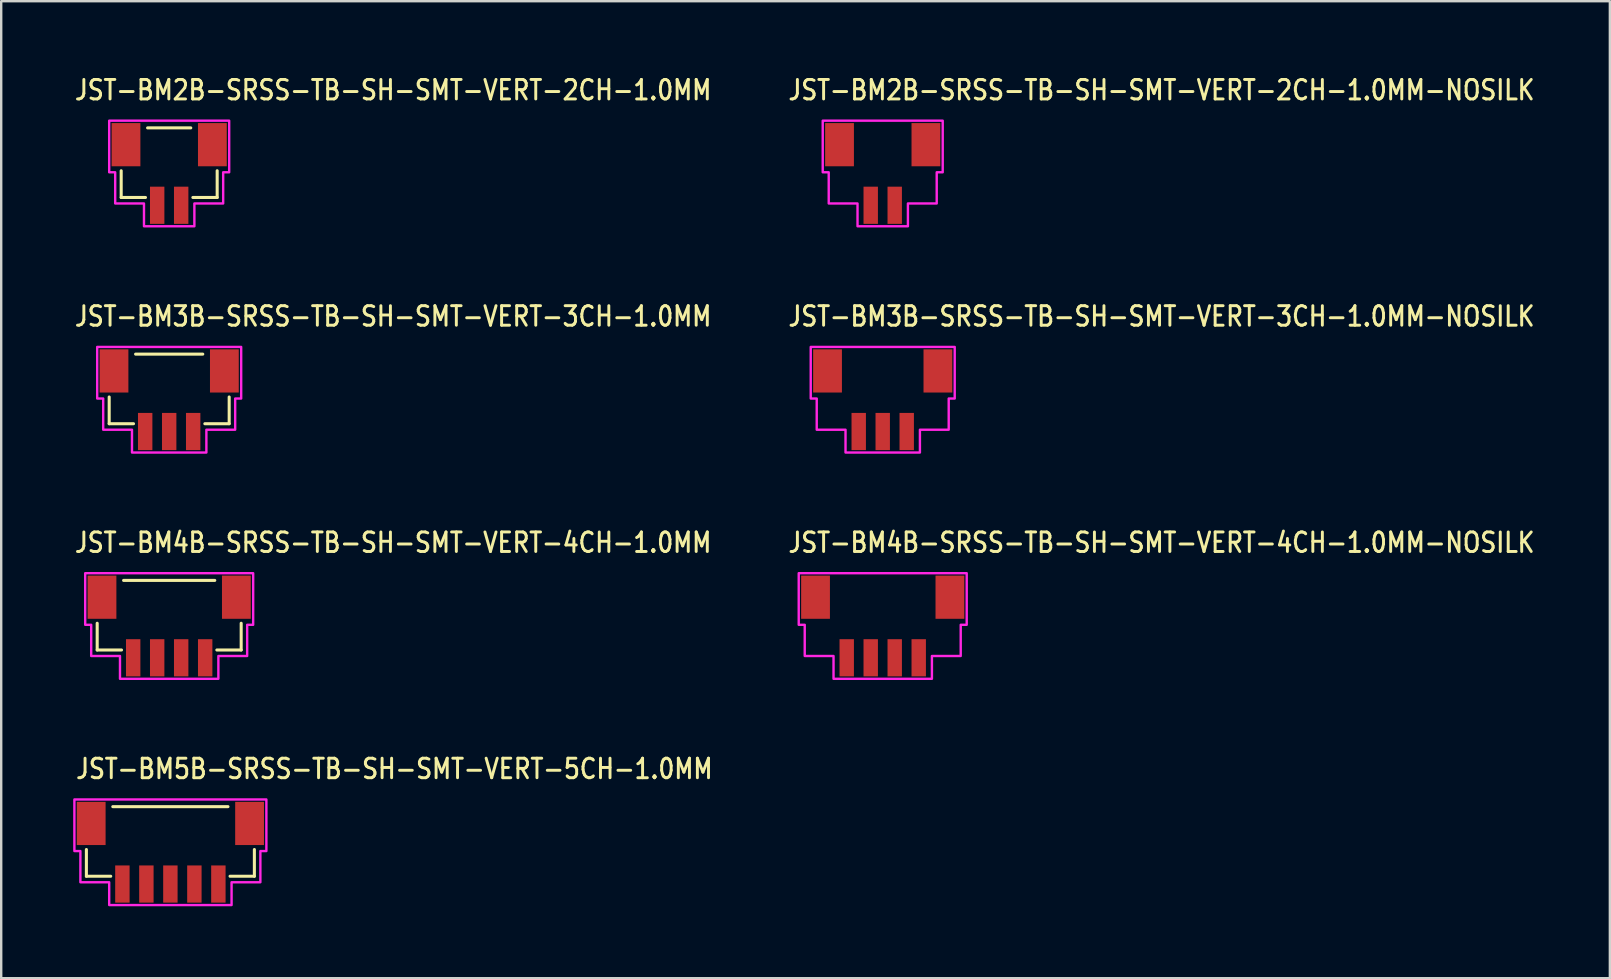
<source format=kicad_pcb>
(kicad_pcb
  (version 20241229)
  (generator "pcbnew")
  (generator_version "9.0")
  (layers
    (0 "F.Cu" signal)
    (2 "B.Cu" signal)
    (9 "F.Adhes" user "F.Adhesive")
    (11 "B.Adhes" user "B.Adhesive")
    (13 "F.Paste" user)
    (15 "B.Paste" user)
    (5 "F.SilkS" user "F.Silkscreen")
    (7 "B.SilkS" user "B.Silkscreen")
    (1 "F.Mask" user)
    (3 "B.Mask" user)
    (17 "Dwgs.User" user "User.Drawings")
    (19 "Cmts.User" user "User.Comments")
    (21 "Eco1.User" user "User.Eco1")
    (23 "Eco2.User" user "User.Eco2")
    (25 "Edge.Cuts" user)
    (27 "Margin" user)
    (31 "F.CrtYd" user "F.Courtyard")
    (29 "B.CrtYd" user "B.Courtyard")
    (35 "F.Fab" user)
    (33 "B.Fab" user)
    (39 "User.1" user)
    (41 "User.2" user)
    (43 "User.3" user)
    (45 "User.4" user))
  (footprint "JST-BM4B-SRSS-TB-SH-SMT-VERT-4CH-1.0MM-NOSILK"
    (layer "F.Cu")
    (at 33.734 23.036)
    (property "Reference" "JST-BM4B-SRSS-TB-SH-SMT-VERT-4CH-1.0MM-NOSILK" (at -4 -3 0) (unlocked yes) (layer "F.SilkS") (effects (font (size 0.813 0.695) (thickness 0.122)) (justify left bottom)))
    (fp_poly (pts (xy -3.5 -2.2) (xy -3.5 -0.05) (xy -3.25 -0.05) (xy -3.25 1.25) (xy -2.05 1.25) (xy -2.05 2.2) (xy 2.05 2.2) (xy 2.05 1.25) (xy 3.25 1.25) (xy 3.25 -0.05) (xy 3.5 -0.05) (xy 3.5 -2.2)) (stroke (width 0.1) (type solid)) (fill no) (layer "F.CrtYd"))
    (pad "1" smd rect (at -1.5 1.325) (size 0.6 1.55) (layers "F.Cu" "F.Mask" "F.Paste"))
    (pad "2" smd rect (at -0.5 1.325) (size 0.6 1.55) (layers "F.Cu" "F.Mask" "F.Paste"))
    (pad "3" smd rect (at 0.5 1.325) (size 0.6 1.55) (layers "F.Cu" "F.Mask" "F.Paste"))
    (pad "4" smd rect (at 1.5 1.325) (size 0.6 1.55) (layers "F.Cu" "F.Mask" "F.Paste"))
    (pad "S_4" smd rect (at 2.8 -1.2) (size 1.2 1.8) (layers "F.Cu" "F.Mask" "F.Paste"))
    (pad "S_5" smd rect (at -2.8 -1.2) (size 1.2 1.8) (layers "F.Cu" "F.Mask" "F.Paste")))
  (footprint "JST-BM4B-SRSS-TB-SH-SMT-VERT-4CH-1.0MM"
    (layer "F.Cu")
    (at 4 23.036)
    (property "Reference" "JST-BM4B-SRSS-TB-SH-SMT-VERT-4CH-1.0MM" (at -4 -3 0) (unlocked yes) (layer "F.SilkS") (effects (font (size 0.813 0.695) (thickness 0.122)) (justify left bottom)))
    (fp_line (start -3 -0.114) (end -3 1) (stroke (width 0.127) (type solid)) (layer "F.SilkS"))
    (fp_line (start -3 1) (end -1.986 1) (stroke (width 0.127) (type solid)) (layer "F.SilkS"))
    (fp_line (start -1.9 -1.9) (end 1.9 -1.9) (stroke (width 0.127) (type solid)) (layer "F.SilkS"))
    (fp_line (start 1.986 1) (end 3 1) (stroke (width 0.127) (type solid)) (layer "F.SilkS"))
    (fp_line (start 3 1) (end 3 -0.114) (stroke (width 0.127) (type solid)) (layer "F.SilkS"))
    (fp_poly (pts (xy -3.5 -2.2) (xy -3.5 -0.05) (xy -3.25 -0.05) (xy -3.25 1.25) (xy -2.05 1.25) (xy -2.05 2.2) (xy 2.05 2.2) (xy 2.05 1.25) (xy 3.25 1.25) (xy 3.25 -0.05) (xy 3.5 -0.05) (xy 3.5 -2.2)) (stroke (width 0.1) (type solid)) (fill no) (layer "F.CrtYd"))
    (pad "1" smd rect (at -1.5 1.325) (size 0.6 1.55) (layers "F.Cu" "F.Mask" "F.Paste"))
    (pad "2" smd rect (at -0.5 1.325) (size 0.6 1.55) (layers "F.Cu" "F.Mask" "F.Paste"))
    (pad "3" smd rect (at 0.5 1.325) (size 0.6 1.55) (layers "F.Cu" "F.Mask" "F.Paste"))
    (pad "4" smd rect (at 1.5 1.325) (size 0.6 1.55) (layers "F.Cu" "F.Mask" "F.Paste"))
    (pad "S_4" smd rect (at 2.8 -1.2) (size 1.2 1.8) (layers "F.Cu" "F.Mask" "F.Paste"))
    (pad "S_5" smd rect (at -2.8 -1.2) (size 1.2 1.8) (layers "F.Cu" "F.Mask" "F.Paste")))
  (footprint "JST-BM2B-SRSS-TB-SH-SMT-VERT-2CH-1.0MM-NOSILK"
    (layer "F.Cu")
    (at 33.734 4.179)
    (property "Reference" "JST-BM2B-SRSS-TB-SH-SMT-VERT-2CH-1.0MM-NOSILK" (at -4 -3 0) (unlocked yes) (layer "F.SilkS") (effects (font (size 0.813 0.695) (thickness 0.122)) (justify left bottom)))
    (fp_poly (pts (xy -2.5 -2.2) (xy -2.5 -0.05) (xy -2.25 -0.05) (xy -2.25 1.25) (xy -1.05 1.25) (xy -1.05 2.2) (xy 1.05 2.2) (xy 1.05 1.25) (xy 2.25 1.25) (xy 2.25 -0.05) (xy 2.5 -0.05) (xy 2.5 -2.2)) (stroke (width 0.1) (type solid)) (fill no) (layer "F.CrtYd"))
    (pad "1" smd rect (at -0.5 1.325) (size 0.6 1.55) (layers "F.Cu" "F.Mask" "F.Paste"))
    (pad "2" smd rect (at 0.5 1.325) (size 0.6 1.55) (layers "F.Cu" "F.Mask" "F.Paste"))
    (pad "S_2" smd rect (at 1.8 -1.2) (size 1.2 1.8) (layers "F.Cu" "F.Mask" "F.Paste"))
    (pad "S_3" smd rect (at -1.8 -1.2) (size 1.2 1.8) (layers "F.Cu" "F.Mask" "F.Paste")))
  (footprint "JST-BM3B-SRSS-TB-SH-SMT-VERT-3CH-1.0MM"
    (layer "F.Cu")
    (at 4 13.607)
    (property "Reference" "JST-BM3B-SRSS-TB-SH-SMT-VERT-3CH-1.0MM" (at -4 -3 0) (unlocked yes) (layer "F.SilkS") (effects (font (size 0.813 0.695) (thickness 0.122)) (justify left bottom)))
    (fp_line (start -2.5 -0.114) (end -2.5 1) (stroke (width 0.127) (type solid)) (layer "F.SilkS"))
    (fp_line (start -2.5 1) (end -1.486 1) (stroke (width 0.127) (type solid)) (layer "F.SilkS"))
    (fp_line (start -1.4 -1.9) (end 1.4 -1.9) (stroke (width 0.127) (type solid)) (layer "F.SilkS"))
    (fp_line (start 1.486 1) (end 2.5 1) (stroke (width 0.127) (type solid)) (layer "F.SilkS"))
    (fp_line (start 2.5 1) (end 2.5 -0.114) (stroke (width 0.127) (type solid)) (layer "F.SilkS"))
    (fp_poly (pts (xy -3 -2.2) (xy -3 -0.05) (xy -2.75 -0.05) (xy -2.75 1.25) (xy -1.55 1.25) (xy -1.55 2.2) (xy 1.55 2.2) (xy 1.55 1.25) (xy 2.75 1.25) (xy 2.75 -0.05) (xy 3 -0.05) (xy 3 -2.2)) (stroke (width 0.1) (type solid)) (fill no) (layer "F.CrtYd"))
    (pad "1" smd rect (at -1 1.325) (size 0.6 1.55) (layers "F.Cu" "F.Mask" "F.Paste"))
    (pad "2" smd rect (at 0 1.325) (size 0.6 1.55) (layers "F.Cu" "F.Mask" "F.Paste"))
    (pad "3" smd rect (at 1 1.325) (size 0.6 1.55) (layers "F.Cu" "F.Mask" "F.Paste"))
    (pad "S_3" smd rect (at 2.3 -1.2) (size 1.2 1.8) (layers "F.Cu" "F.Mask" "F.Paste"))
    (pad "S_4" smd rect (at -2.3 -1.2) (size 1.2 1.8) (layers "F.Cu" "F.Mask" "F.Paste")))
  (footprint "JST-BM3B-SRSS-TB-SH-SMT-VERT-3CH-1.0MM-NOSILK"
    (layer "F.Cu")
    (at 33.734 13.607)
    (property "Reference" "JST-BM3B-SRSS-TB-SH-SMT-VERT-3CH-1.0MM-NOSILK" (at -4 -3 0) (unlocked yes) (layer "F.SilkS") (effects (font (size 0.813 0.695) (thickness 0.122)) (justify left bottom)))
    (fp_poly (pts (xy -3 -2.2) (xy -3 -0.05) (xy -2.75 -0.05) (xy -2.75 1.25) (xy -1.55 1.25) (xy -1.55 2.2) (xy 1.55 2.2) (xy 1.55 1.25) (xy 2.75 1.25) (xy 2.75 -0.05) (xy 3 -0.05) (xy 3 -2.2)) (stroke (width 0.1) (type solid)) (fill no) (layer "F.CrtYd"))
    (pad "1" smd rect (at -1 1.325) (size 0.6 1.55) (layers "F.Cu" "F.Mask" "F.Paste"))
    (pad "2" smd rect (at 0 1.325) (size 0.6 1.55) (layers "F.Cu" "F.Mask" "F.Paste"))
    (pad "3" smd rect (at 1 1.325) (size 0.6 1.55) (layers "F.Cu" "F.Mask" "F.Paste"))
    (pad "S_3" smd rect (at 2.3 -1.2) (size 1.2 1.8) (layers "F.Cu" "F.Mask" "F.Paste"))
    (pad "S_4" smd rect (at -2.3 -1.2) (size 1.2 1.8) (layers "F.Cu" "F.Mask" "F.Paste")))
  (footprint "JST-BM5B-SRSS-TB-SH-SMT-VERT-5CH-1.0MM"
    (layer "F.Cu")
    (at 4.05 32.464)
    (property "Reference" "JST-BM5B-SRSS-TB-SH-SMT-VERT-5CH-1.0MM" (at -4 -3 0) (unlocked yes) (layer "F.SilkS") (effects (font (size 0.813 0.695) (thickness 0.122)) (justify left bottom)))
    (fp_line (start -3.5 -0.114) (end -3.5 1) (stroke (width 0.127) (type solid)) (layer "F.SilkS"))
    (fp_line (start -3.5 1) (end -2.486 1) (stroke (width 0.127) (type solid)) (layer "F.SilkS"))
    (fp_line (start -2.4 -1.9) (end 2.4 -1.9) (stroke (width 0.127) (type solid)) (layer "F.SilkS"))
    (fp_line (start 2.486 1) (end 3.5 1) (stroke (width 0.127) (type solid)) (layer "F.SilkS"))
    (fp_line (start 3.5 1) (end 3.5 -0.114) (stroke (width 0.127) (type solid)) (layer "F.SilkS"))
    (fp_poly (pts (xy -4 -2.2) (xy -4 -0.05) (xy -3.75 -0.05) (xy -3.75 1.25) (xy -2.55 1.25) (xy -2.55 2.2) (xy 2.55 2.2) (xy 2.55 1.25) (xy 3.75 1.25) (xy 3.75 -0.05) (xy 4 -0.05) (xy 4 -2.2)) (stroke (width 0.1) (type solid)) (fill no) (layer "F.CrtYd"))
    (pad "1" smd rect (at -2 1.325) (size 0.6 1.55) (layers "F.Cu" "F.Mask" "F.Paste"))
    (pad "2" smd rect (at -1 1.325) (size 0.6 1.55) (layers "F.Cu" "F.Mask" "F.Paste"))
    (pad "3" smd rect (at 0 1.325) (size 0.6 1.55) (layers "F.Cu" "F.Mask" "F.Paste"))
    (pad "4" smd rect (at 1 1.325) (size 0.6 1.55) (layers "F.Cu" "F.Mask" "F.Paste"))
    (pad "5" smd rect (at 2 1.325) (size 0.6 1.55) (layers "F.Cu" "F.Mask" "F.Paste"))
    (pad "S_5" smd rect (at 3.3 -1.2) (size 1.2 1.8) (layers "F.Cu" "F.Mask" "F.Paste"))
    (pad "S_6" smd rect (at -3.3 -1.2) (size 1.2 1.8) (layers "F.Cu" "F.Mask" "F.Paste")))
  (footprint "JST-BM2B-SRSS-TB-SH-SMT-VERT-2CH-1.0MM"
    (layer "F.Cu")
    (at 4 4.179)
    (property "Reference" "JST-BM2B-SRSS-TB-SH-SMT-VERT-2CH-1.0MM" (at -4 -3 0) (unlocked yes) (layer "F.SilkS") (effects (font (size 0.813 0.695) (thickness 0.122)) (justify left bottom)))
    (fp_line (start -2 -0.114) (end -2 1) (stroke (width 0.127) (type solid)) (layer "F.SilkS"))
    (fp_line (start -2 1) (end -0.987 1) (stroke (width 0.127) (type solid)) (layer "F.SilkS"))
    (fp_line (start -0.9 -1.9) (end 0.9 -1.9) (stroke (width 0.127) (type solid)) (layer "F.SilkS"))
    (fp_line (start 0.987 1) (end 2 1) (stroke (width 0.127) (type solid)) (layer "F.SilkS"))
    (fp_line (start 2 1) (end 2 -0.114) (stroke (width 0.127) (type solid)) (layer "F.SilkS"))
    (fp_poly (pts (xy -2.5 -2.2) (xy -2.5 -0.05) (xy -2.25 -0.05) (xy -2.25 1.25) (xy -1.05 1.25) (xy -1.05 2.2) (xy 1.05 2.2) (xy 1.05 1.25) (xy 2.25 1.25) (xy 2.25 -0.05) (xy 2.5 -0.05) (xy 2.5 -2.2)) (stroke (width 0.1) (type solid)) (fill no) (layer "F.CrtYd"))
    (pad "1" smd rect (at -0.5 1.325) (size 0.6 1.55) (layers "F.Cu" "F.Mask" "F.Paste"))
    (pad "2" smd rect (at 0.5 1.325) (size 0.6 1.55) (layers "F.Cu" "F.Mask" "F.Paste"))
    (pad "S_2" smd rect (at 1.8 -1.2) (size 1.2 1.8) (layers "F.Cu" "F.Mask" "F.Paste"))
    (pad "S_3" smd rect (at -1.8 -1.2) (size 1.2 1.8) (layers "F.Cu" "F.Mask" "F.Paste")))
  (gr_rect
    (start -3 -3)
    (end 64.035 37.714)
    (stroke (width 0.1) (type default))
    (fill no)
    (layer "Edge.Cuts")))
</source>
